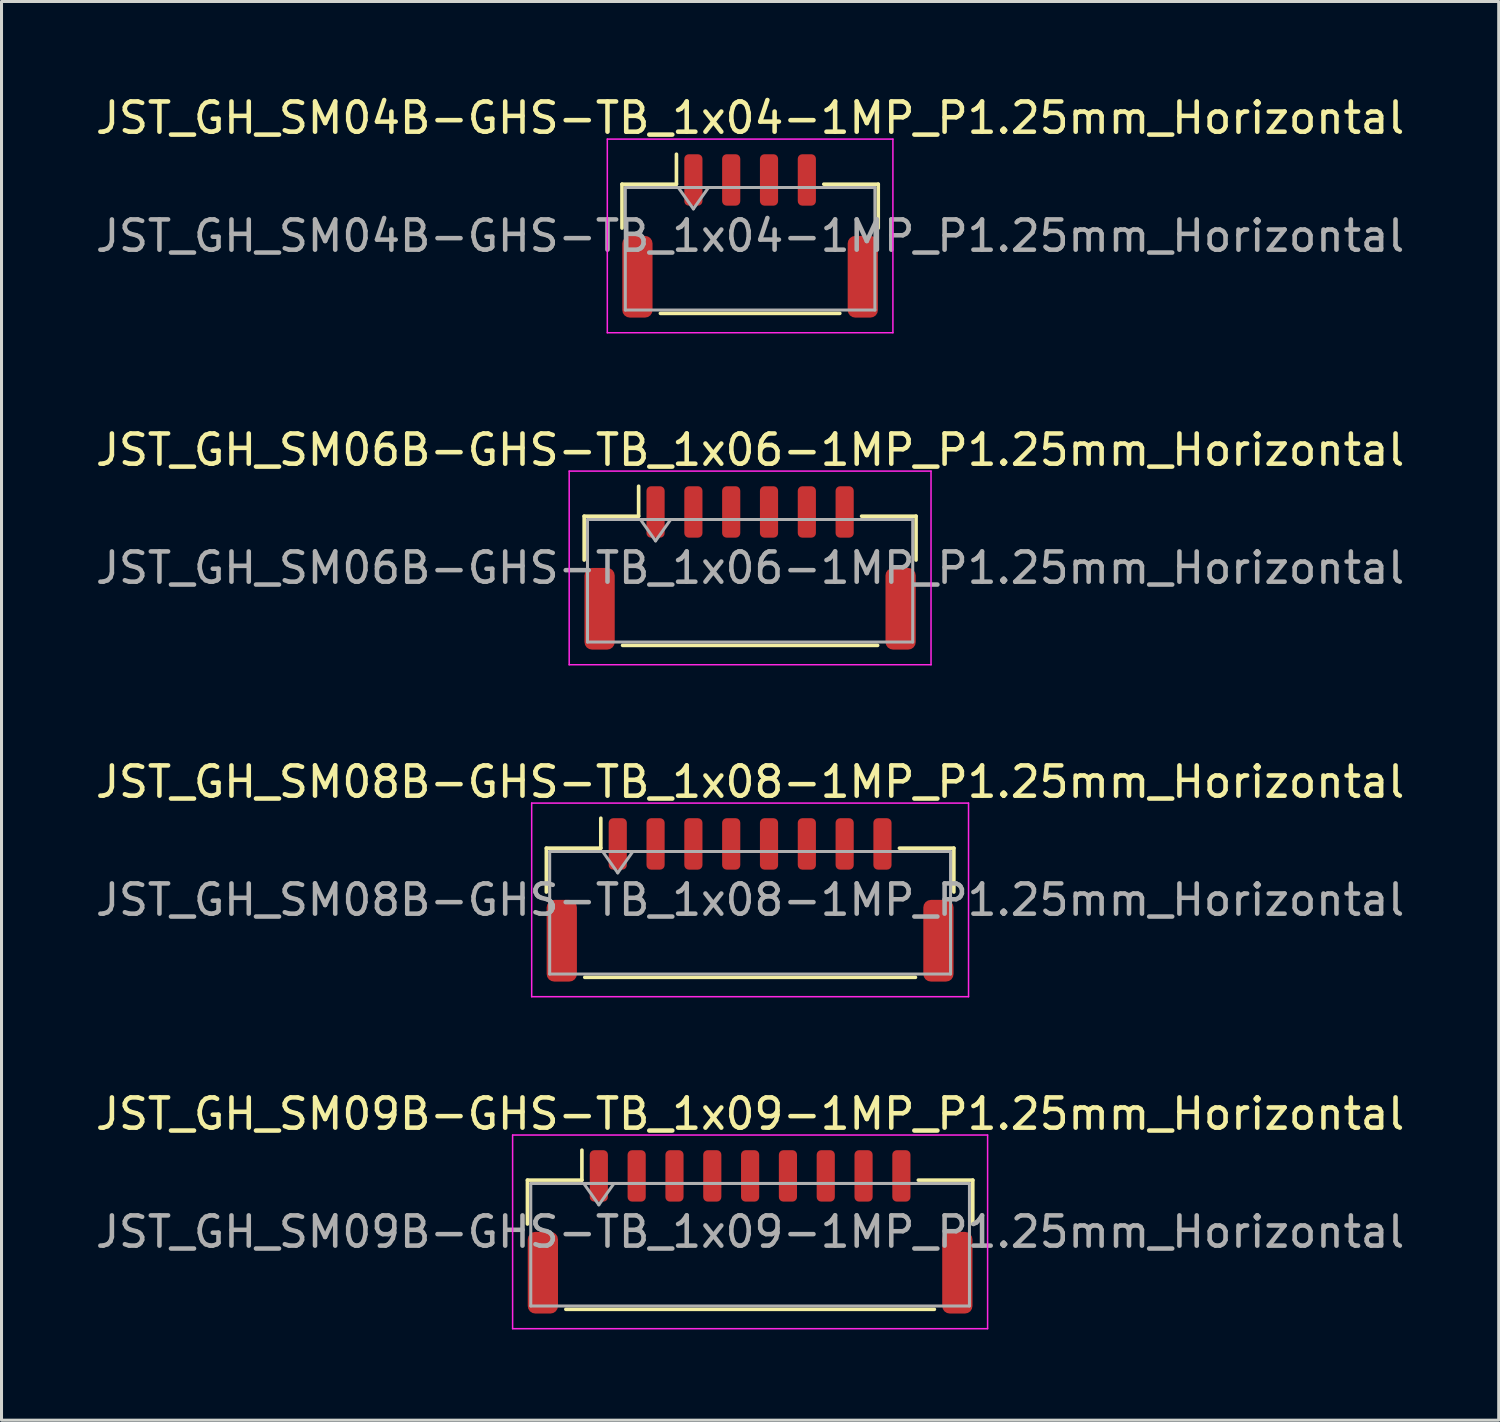
<source format=kicad_pcb>
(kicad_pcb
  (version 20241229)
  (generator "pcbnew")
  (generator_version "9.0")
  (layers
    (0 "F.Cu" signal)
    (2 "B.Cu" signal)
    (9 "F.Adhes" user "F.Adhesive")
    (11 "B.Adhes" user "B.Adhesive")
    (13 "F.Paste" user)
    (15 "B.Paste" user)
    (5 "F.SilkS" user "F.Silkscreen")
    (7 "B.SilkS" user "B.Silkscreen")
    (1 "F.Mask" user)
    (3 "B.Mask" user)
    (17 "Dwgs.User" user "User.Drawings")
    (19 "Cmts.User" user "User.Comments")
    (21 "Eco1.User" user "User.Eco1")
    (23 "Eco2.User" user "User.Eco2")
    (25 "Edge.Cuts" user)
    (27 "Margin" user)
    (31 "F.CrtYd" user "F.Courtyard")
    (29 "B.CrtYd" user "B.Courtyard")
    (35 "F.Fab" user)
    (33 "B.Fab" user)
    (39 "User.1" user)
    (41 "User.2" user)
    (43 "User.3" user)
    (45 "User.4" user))
  (footprint "JST_GH_SM09B-GHS-TB_1x09-1MP_P1.25mm_Horizontal"
    (layer "F.Cu")
    (at 21.744 37.668)
    (property "Reference" "JST_GH_SM09B-GHS-TB_1x09-1MP_P1.25mm_Horizontal" (at 0 -3.9 0) (layer "F.SilkS") (effects (font (size 1 1) (thickness 0.15))))
    (attr smd)
    (fp_line (start -7.36 -1.71) (end -5.56 -1.71) (stroke (width 0.12) (type solid)) (layer "F.SilkS"))
    (fp_line (start -7.36 -0.26) (end -7.36 -1.71) (stroke (width 0.12) (type solid)) (layer "F.SilkS"))
    (fp_line (start -6.09 2.56) (end 6.09 2.56) (stroke (width 0.12) (type solid)) (layer "F.SilkS"))
    (fp_line (start -5.56 -1.71) (end -5.56 -2.7) (stroke (width 0.12) (type solid)) (layer "F.SilkS"))
    (fp_line (start 7.36 -1.71) (end 5.56 -1.71) (stroke (width 0.12) (type solid)) (layer "F.SilkS"))
    (fp_line (start 7.36 -0.26) (end 7.36 -1.71) (stroke (width 0.12) (type solid)) (layer "F.SilkS"))
    (fp_line (start -7.85 -3.2) (end -7.85 3.2) (stroke (width 0.05) (type solid)) (layer "F.CrtYd"))
    (fp_line (start -7.85 3.2) (end 7.85 3.2) (stroke (width 0.05) (type solid)) (layer "F.CrtYd"))
    (fp_line (start 7.85 -3.2) (end -7.85 -3.2) (stroke (width 0.05) (type solid)) (layer "F.CrtYd"))
    (fp_line (start 7.85 3.2) (end 7.85 -3.2) (stroke (width 0.05) (type solid)) (layer "F.CrtYd"))
    (fp_line (start -7.25 -1.6) (end -7.25 2.45) (stroke (width 0.1) (type solid)) (layer "F.Fab"))
    (fp_line (start -7.25 -1.6) (end 7.25 -1.6) (stroke (width 0.1) (type solid)) (layer "F.Fab"))
    (fp_line (start -7.25 2.45) (end 7.25 2.45) (stroke (width 0.1) (type solid)) (layer "F.Fab"))
    (fp_line (start -5.5 -1.6) (end -5 -0.893) (stroke (width 0.1) (type solid)) (layer "F.Fab"))
    (fp_line (start -5 -0.893) (end -4.5 -1.6) (stroke (width 0.1) (type solid)) (layer "F.Fab"))
    (fp_line (start 7.25 -1.6) (end 7.25 2.45) (stroke (width 0.1) (type solid)) (layer "F.Fab"))
    (fp_text user "${REFERENCE}" (at 0 0 0) (layer "F.Fab") (effects (font (size 1 1) (thickness 0.15))))
    (pad "1" smd roundrect (at -5 -1.85) (size 0.6 1.7) (layers "F.Cu" "F.Mask" "F.Paste") (roundrect_rratio 0.25))
    (pad "2" smd roundrect (at -3.75 -1.85) (size 0.6 1.7) (layers "F.Cu" "F.Mask" "F.Paste") (roundrect_rratio 0.25))
    (pad "3" smd roundrect (at -2.5 -1.85) (size 0.6 1.7) (layers "F.Cu" "F.Mask" "F.Paste") (roundrect_rratio 0.25))
    (pad "4" smd roundrect (at -1.25 -1.85) (size 0.6 1.7) (layers "F.Cu" "F.Mask" "F.Paste") (roundrect_rratio 0.25))
    (pad "5" smd roundrect (at 0 -1.85) (size 0.6 1.7) (layers "F.Cu" "F.Mask" "F.Paste") (roundrect_rratio 0.25))
    (pad "6" smd roundrect (at 1.25 -1.85) (size 0.6 1.7) (layers "F.Cu" "F.Mask" "F.Paste") (roundrect_rratio 0.25))
    (pad "7" smd roundrect (at 2.5 -1.85) (size 0.6 1.7) (layers "F.Cu" "F.Mask" "F.Paste") (roundrect_rratio 0.25))
    (pad "8" smd roundrect (at 3.75 -1.85) (size 0.6 1.7) (layers "F.Cu" "F.Mask" "F.Paste") (roundrect_rratio 0.25))
    (pad "9" smd roundrect (at 5 -1.85) (size 0.6 1.7) (layers "F.Cu" "F.Mask" "F.Paste") (roundrect_rratio 0.25))
    (pad "MP" smd roundrect (at -6.85 1.35) (size 1 2.7) (layers "F.Cu" "F.Mask" "F.Paste") (roundrect_rratio 0.25))
    (pad "MP" smd roundrect (at 6.85 1.35) (size 1 2.7) (layers "F.Cu" "F.Mask" "F.Paste") (roundrect_rratio 0.25)))
  (footprint "JST_GH_SM06B-GHS-TB_1x06-1MP_P1.25mm_Horizontal"
    (layer "F.Cu")
    (at 21.744 15.722)
    (property "Reference" "JST_GH_SM06B-GHS-TB_1x06-1MP_P1.25mm_Horizontal" (at 0 -3.9 0) (layer "F.SilkS") (effects (font (size 1 1) (thickness 0.15))))
    (attr smd)
    (fp_line (start -5.485 -1.71) (end -3.685 -1.71) (stroke (width 0.12) (type solid)) (layer "F.SilkS"))
    (fp_line (start -5.485 -0.26) (end -5.485 -1.71) (stroke (width 0.12) (type solid)) (layer "F.SilkS"))
    (fp_line (start -4.215 2.56) (end 4.215 2.56) (stroke (width 0.12) (type solid)) (layer "F.SilkS"))
    (fp_line (start -3.685 -1.71) (end -3.685 -2.7) (stroke (width 0.12) (type solid)) (layer "F.SilkS"))
    (fp_line (start 5.485 -1.71) (end 3.685 -1.71) (stroke (width 0.12) (type solid)) (layer "F.SilkS"))
    (fp_line (start 5.485 -0.26) (end 5.485 -1.71) (stroke (width 0.12) (type solid)) (layer "F.SilkS"))
    (fp_line (start -5.98 -3.2) (end -5.98 3.2) (stroke (width 0.05) (type solid)) (layer "F.CrtYd"))
    (fp_line (start -5.98 3.2) (end 5.98 3.2) (stroke (width 0.05) (type solid)) (layer "F.CrtYd"))
    (fp_line (start 5.98 -3.2) (end -5.98 -3.2) (stroke (width 0.05) (type solid)) (layer "F.CrtYd"))
    (fp_line (start 5.98 3.2) (end 5.98 -3.2) (stroke (width 0.05) (type solid)) (layer "F.CrtYd"))
    (fp_line (start -5.375 -1.6) (end -5.375 2.45) (stroke (width 0.1) (type solid)) (layer "F.Fab"))
    (fp_line (start -5.375 -1.6) (end 5.375 -1.6) (stroke (width 0.1) (type solid)) (layer "F.Fab"))
    (fp_line (start -5.375 2.45) (end 5.375 2.45) (stroke (width 0.1) (type solid)) (layer "F.Fab"))
    (fp_line (start -3.625 -1.6) (end -3.125 -0.893) (stroke (width 0.1) (type solid)) (layer "F.Fab"))
    (fp_line (start -3.125 -0.893) (end -2.625 -1.6) (stroke (width 0.1) (type solid)) (layer "F.Fab"))
    (fp_line (start 5.375 -1.6) (end 5.375 2.45) (stroke (width 0.1) (type solid)) (layer "F.Fab"))
    (fp_text user "${REFERENCE}" (at 0 0 0) (layer "F.Fab") (effects (font (size 1 1) (thickness 0.15))))
    (pad "1" smd roundrect (at -3.125 -1.85) (size 0.6 1.7) (layers "F.Cu" "F.Mask" "F.Paste") (roundrect_rratio 0.25))
    (pad "2" smd roundrect (at -1.875 -1.85) (size 0.6 1.7) (layers "F.Cu" "F.Mask" "F.Paste") (roundrect_rratio 0.25))
    (pad "3" smd roundrect (at -0.625 -1.85) (size 0.6 1.7) (layers "F.Cu" "F.Mask" "F.Paste") (roundrect_rratio 0.25))
    (pad "4" smd roundrect (at 0.625 -1.85) (size 0.6 1.7) (layers "F.Cu" "F.Mask" "F.Paste") (roundrect_rratio 0.25))
    (pad "5" smd roundrect (at 1.875 -1.85) (size 0.6 1.7) (layers "F.Cu" "F.Mask" "F.Paste") (roundrect_rratio 0.25))
    (pad "6" smd roundrect (at 3.125 -1.85) (size 0.6 1.7) (layers "F.Cu" "F.Mask" "F.Paste") (roundrect_rratio 0.25))
    (pad "MP" smd roundrect (at -4.975 1.35) (size 1 2.7) (layers "F.Cu" "F.Mask" "F.Paste") (roundrect_rratio 0.25))
    (pad "MP" smd roundrect (at 4.975 1.35) (size 1 2.7) (layers "F.Cu" "F.Mask" "F.Paste") (roundrect_rratio 0.25)))
  (footprint "JST_GH_SM08B-GHS-TB_1x08-1MP_P1.25mm_Horizontal"
    (layer "F.Cu")
    (at 21.744 26.695)
    (property "Reference" "JST_GH_SM08B-GHS-TB_1x08-1MP_P1.25mm_Horizontal" (at 0 -3.9 0) (layer "F.SilkS") (effects (font (size 1 1) (thickness 0.15))))
    (attr smd)
    (fp_line (start -6.735 -1.71) (end -4.935 -1.71) (stroke (width 0.12) (type solid)) (layer "F.SilkS"))
    (fp_line (start -6.735 -0.26) (end -6.735 -1.71) (stroke (width 0.12) (type solid)) (layer "F.SilkS"))
    (fp_line (start -5.465 2.56) (end 5.465 2.56) (stroke (width 0.12) (type solid)) (layer "F.SilkS"))
    (fp_line (start -4.935 -1.71) (end -4.935 -2.7) (stroke (width 0.12) (type solid)) (layer "F.SilkS"))
    (fp_line (start 6.735 -1.71) (end 4.935 -1.71) (stroke (width 0.12) (type solid)) (layer "F.SilkS"))
    (fp_line (start 6.735 -0.26) (end 6.735 -1.71) (stroke (width 0.12) (type solid)) (layer "F.SilkS"))
    (fp_line (start -7.22 -3.2) (end -7.22 3.2) (stroke (width 0.05) (type solid)) (layer "F.CrtYd"))
    (fp_line (start -7.22 3.2) (end 7.22 3.2) (stroke (width 0.05) (type solid)) (layer "F.CrtYd"))
    (fp_line (start 7.22 -3.2) (end -7.22 -3.2) (stroke (width 0.05) (type solid)) (layer "F.CrtYd"))
    (fp_line (start 7.22 3.2) (end 7.22 -3.2) (stroke (width 0.05) (type solid)) (layer "F.CrtYd"))
    (fp_line (start -6.625 -1.6) (end -6.625 2.45) (stroke (width 0.1) (type solid)) (layer "F.Fab"))
    (fp_line (start -6.625 -1.6) (end 6.625 -1.6) (stroke (width 0.1) (type solid)) (layer "F.Fab"))
    (fp_line (start -6.625 2.45) (end 6.625 2.45) (stroke (width 0.1) (type solid)) (layer "F.Fab"))
    (fp_line (start -4.875 -1.6) (end -4.375 -0.893) (stroke (width 0.1) (type solid)) (layer "F.Fab"))
    (fp_line (start -4.375 -0.893) (end -3.875 -1.6) (stroke (width 0.1) (type solid)) (layer "F.Fab"))
    (fp_line (start 6.625 -1.6) (end 6.625 2.45) (stroke (width 0.1) (type solid)) (layer "F.Fab"))
    (fp_text user "${REFERENCE}" (at 0 0 0) (layer "F.Fab") (effects (font (size 1 1) (thickness 0.15))))
    (pad "1" smd roundrect (at -4.375 -1.85) (size 0.6 1.7) (layers "F.Cu" "F.Mask" "F.Paste") (roundrect_rratio 0.25))
    (pad "2" smd roundrect (at -3.125 -1.85) (size 0.6 1.7) (layers "F.Cu" "F.Mask" "F.Paste") (roundrect_rratio 0.25))
    (pad "3" smd roundrect (at -1.875 -1.85) (size 0.6 1.7) (layers "F.Cu" "F.Mask" "F.Paste") (roundrect_rratio 0.25))
    (pad "4" smd roundrect (at -0.625 -1.85) (size 0.6 1.7) (layers "F.Cu" "F.Mask" "F.Paste") (roundrect_rratio 0.25))
    (pad "5" smd roundrect (at 0.625 -1.85) (size 0.6 1.7) (layers "F.Cu" "F.Mask" "F.Paste") (roundrect_rratio 0.25))
    (pad "6" smd roundrect (at 1.875 -1.85) (size 0.6 1.7) (layers "F.Cu" "F.Mask" "F.Paste") (roundrect_rratio 0.25))
    (pad "7" smd roundrect (at 3.125 -1.85) (size 0.6 1.7) (layers "F.Cu" "F.Mask" "F.Paste") (roundrect_rratio 0.25))
    (pad "8" smd roundrect (at 4.375 -1.85) (size 0.6 1.7) (layers "F.Cu" "F.Mask" "F.Paste") (roundrect_rratio 0.25))
    (pad "MP" smd roundrect (at -6.225 1.35) (size 1 2.7) (layers "F.Cu" "F.Mask" "F.Paste") (roundrect_rratio 0.25))
    (pad "MP" smd roundrect (at 6.225 1.35) (size 1 2.7) (layers "F.Cu" "F.Mask" "F.Paste") (roundrect_rratio 0.25)))
  (footprint "JST_GH_SM04B-GHS-TB_1x04-1MP_P1.25mm_Horizontal"
    (layer "F.Cu")
    (at 21.744 4.748)
    (property "Reference" "JST_GH_SM04B-GHS-TB_1x04-1MP_P1.25mm_Horizontal" (at 0 -3.9 0) (layer "F.SilkS") (effects (font (size 1 1) (thickness 0.15))))
    (attr smd)
    (fp_line (start -4.235 -1.71) (end -2.435 -1.71) (stroke (width 0.12) (type solid)) (layer "F.SilkS"))
    (fp_line (start -4.235 -0.26) (end -4.235 -1.71) (stroke (width 0.12) (type solid)) (layer "F.SilkS"))
    (fp_line (start -2.965 2.56) (end 2.965 2.56) (stroke (width 0.12) (type solid)) (layer "F.SilkS"))
    (fp_line (start -2.435 -1.71) (end -2.435 -2.7) (stroke (width 0.12) (type solid)) (layer "F.SilkS"))
    (fp_line (start 4.235 -1.71) (end 2.435 -1.71) (stroke (width 0.12) (type solid)) (layer "F.SilkS"))
    (fp_line (start 4.235 -0.26) (end 4.235 -1.71) (stroke (width 0.12) (type solid)) (layer "F.SilkS"))
    (fp_line (start -4.72 -3.2) (end -4.72 3.2) (stroke (width 0.05) (type solid)) (layer "F.CrtYd"))
    (fp_line (start -4.72 3.2) (end 4.72 3.2) (stroke (width 0.05) (type solid)) (layer "F.CrtYd"))
    (fp_line (start 4.72 -3.2) (end -4.72 -3.2) (stroke (width 0.05) (type solid)) (layer "F.CrtYd"))
    (fp_line (start 4.72 3.2) (end 4.72 -3.2) (stroke (width 0.05) (type solid)) (layer "F.CrtYd"))
    (fp_line (start -4.125 -1.6) (end -4.125 2.45) (stroke (width 0.1) (type solid)) (layer "F.Fab"))
    (fp_line (start -4.125 -1.6) (end 4.125 -1.6) (stroke (width 0.1) (type solid)) (layer "F.Fab"))
    (fp_line (start -4.125 2.45) (end 4.125 2.45) (stroke (width 0.1) (type solid)) (layer "F.Fab"))
    (fp_line (start -2.375 -1.6) (end -1.875 -0.893) (stroke (width 0.1) (type solid)) (layer "F.Fab"))
    (fp_line (start -1.875 -0.893) (end -1.375 -1.6) (stroke (width 0.1) (type solid)) (layer "F.Fab"))
    (fp_line (start 4.125 -1.6) (end 4.125 2.45) (stroke (width 0.1) (type solid)) (layer "F.Fab"))
    (fp_text user "${REFERENCE}" (at 0 0 0) (layer "F.Fab") (effects (font (size 1 1) (thickness 0.15))))
    (pad "1" smd roundrect (at -1.875 -1.85) (size 0.6 1.7) (layers "F.Cu" "F.Mask" "F.Paste") (roundrect_rratio 0.25))
    (pad "2" smd roundrect (at -0.625 -1.85) (size 0.6 1.7) (layers "F.Cu" "F.Mask" "F.Paste") (roundrect_rratio 0.25))
    (pad "3" smd roundrect (at 0.625 -1.85) (size 0.6 1.7) (layers "F.Cu" "F.Mask" "F.Paste") (roundrect_rratio 0.25))
    (pad "4" smd roundrect (at 1.875 -1.85) (size 0.6 1.7) (layers "F.Cu" "F.Mask" "F.Paste") (roundrect_rratio 0.25))
    (pad "MP" smd roundrect (at -3.725 1.35) (size 1 2.7) (layers "F.Cu" "F.Mask" "F.Paste") (roundrect_rratio 0.25))
    (pad "MP" smd roundrect (at 3.725 1.35) (size 1 2.7) (layers "F.Cu" "F.Mask" "F.Paste") (roundrect_rratio 0.25)))
  (gr_rect
    (start -3 -3)
    (end 46.488 43.893)
    (stroke (width 0.1) (type default))
    (fill no)
    (layer "Edge.Cuts")))
</source>
